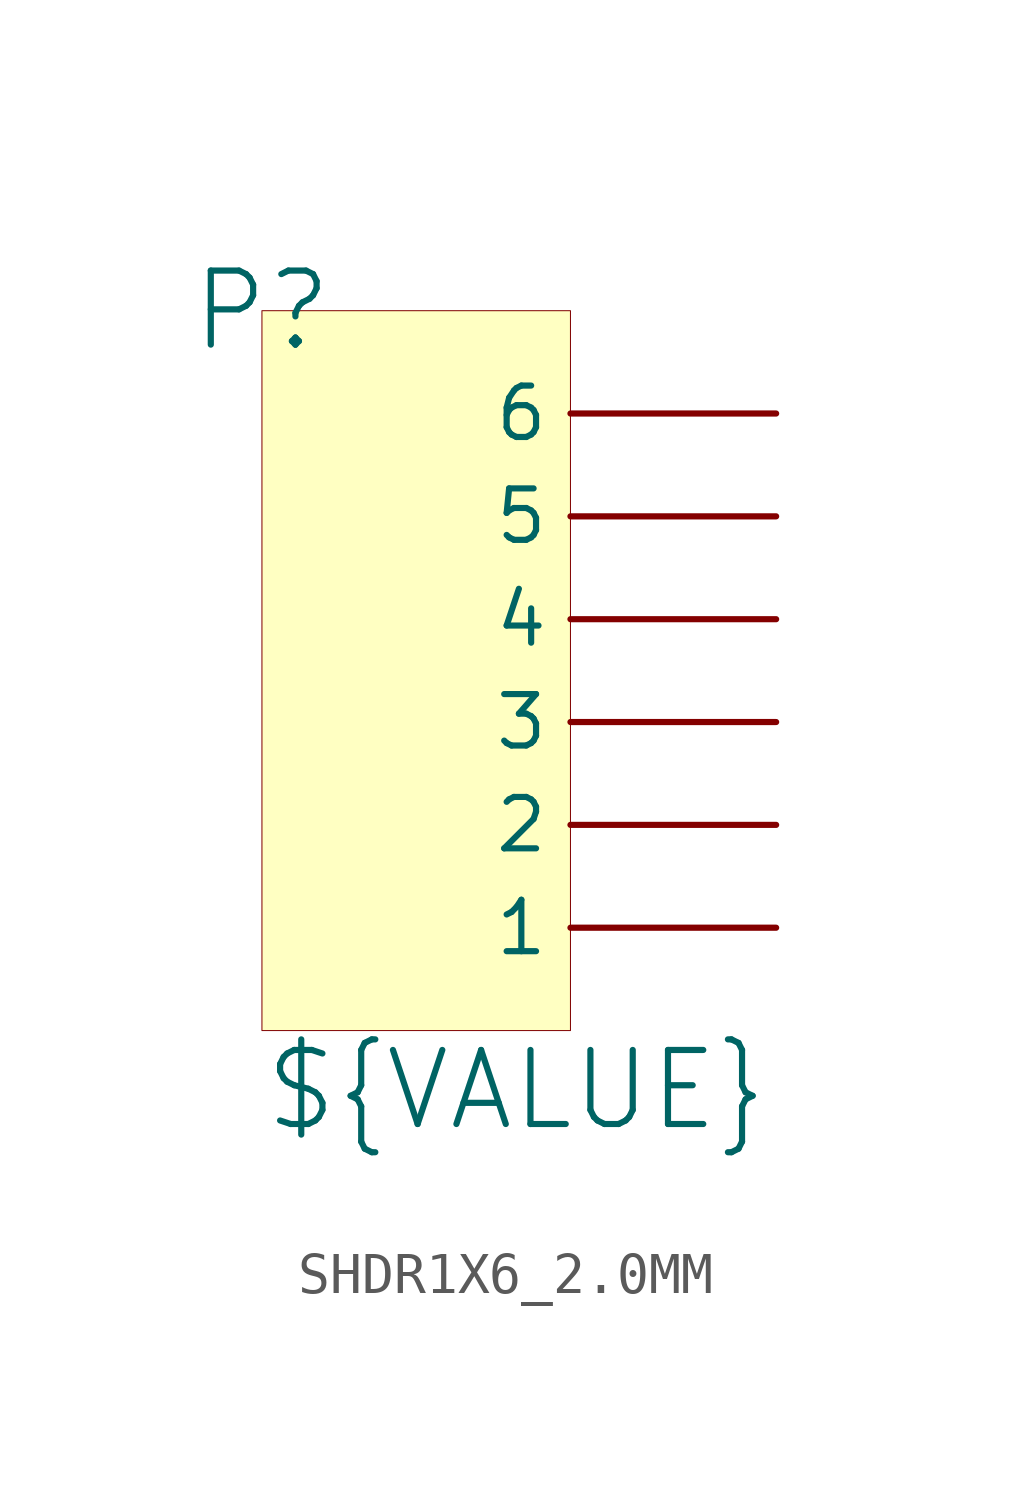
<source format=kicad_sym>
(kicad_symbol_lib
  (version 20241209)
  (generator "kicad_symbol_editor")
  (generator_version "9.0")
  (symbol "SHDR1X6_2.0MM"
    (pin_numbers
      (hide yes))
    (property "Reference" "P"
      (at 0 17.78 0)
      (effects (font (size 1.829 1.829))))
    (property "Value" "${VALUE}"
      (at 0 -2.54 0)
      (effects (font (size 1.829 1.829)) (justify left bottom)))
    (symbol "SHDR1X6_2.0MM_1_0"
      (rectangle (start 7.62 17.78) (end 0 0) (stroke (width 0.025) (type solid) (color 128 0 0 1)) (fill (type background)))
      (pin passive line (at 12.7 15.24 180) (length 5.08) (name "6" (effects (font (size 1.27 1.27)))) (number "6" (effects (font (size 1.27 1.27)))))
      (pin passive line (at 12.7 12.7 180) (length 5.08) (name "5" (effects (font (size 1.27 1.27)))) (number "5" (effects (font (size 1.27 1.27)))))
      (pin passive line (at 12.7 10.16 180) (length 5.08) (name "4" (effects (font (size 1.27 1.27)))) (number "4" (effects (font (size 1.27 1.27)))))
      (pin passive line (at 12.7 7.62 180) (length 5.08) (name "3" (effects (font (size 1.27 1.27)))) (number "3" (effects (font (size 1.27 1.27)))))
      (pin passive line (at 12.7 5.08 180) (length 5.08) (name "2" (effects (font (size 1.27 1.27)))) (number "2" (effects (font (size 1.27 1.27)))))
      (pin passive line (at 12.7 2.54 180) (length 5.08) (name "1" (effects (font (size 1.27 1.27)))) (number "1" (effects (font (size 1.27 1.27))))))))
</source>
